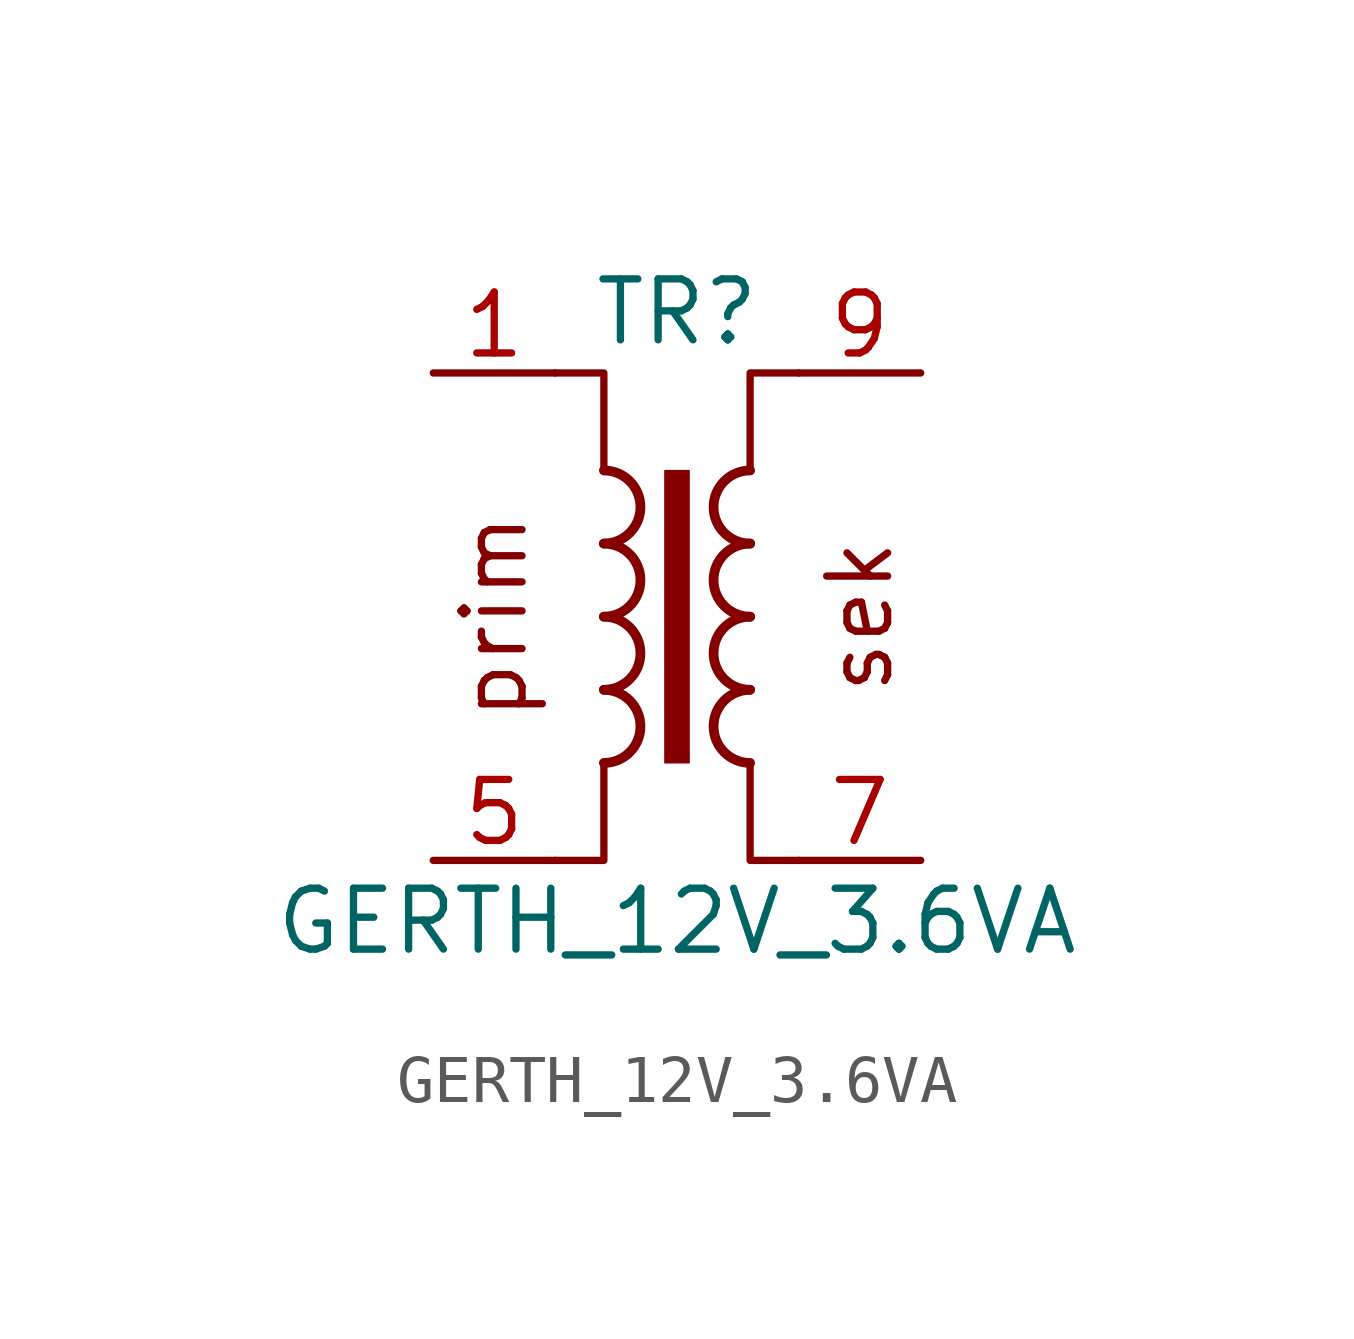
<source format=kicad_sym>
(kicad_symbol_lib
  (version 20211014)
  (generator kicad_symbol_editor)
  (symbol "GERTH_12V_3.6VA"
    (pin_names
      (offset 0) hide)
    (property "Reference" "TR"
      (at 0 6.35 0)
      (effects (font (size 1.27 1.27))))
    (property "Value" "GERTH_12V_3.6VA"
      (at 0 -6.35 0)
      (effects (font (size 1.27 1.27))))
    (symbol "GERTH_12V_3.6VA_0_0"
      (text "prim" (at -3.81 0 900) (effects (font (size 1.27 1.27))))
      (text "sek" (at 3.81 0 900) (effects (font (size 1.27 1.27)))))
    (symbol "GERTH_12V_3.6VA_0_1"
      (arc (start -1.524 -3.048) (mid -0.762 -2.286) (end -1.524 -1.524) (stroke (width 0.2032) (type default) (color 0 0 0 0)) (fill (type none)))
      (arc (start -1.524 -1.524) (mid -0.762 -0.762) (end -1.524 0) (stroke (width 0.2032) (type default) (color 0 0 0 0)) (fill (type none)))
      (arc (start -1.524 0) (mid -0.762 0.762) (end -1.524 1.524) (stroke (width 0.2032) (type default) (color 0 0 0 0)) (fill (type none)))
      (arc (start -1.524 1.524) (mid -0.762 2.286) (end -1.524 3.048) (stroke (width 0.2032) (type default) (color 0 0 0 0)) (fill (type none)))
      (rectangle (start -0.254 3.048) (end 0.254 -3.048) (stroke (width 0.025) (type default) (color 0 0 0 0)) (fill (type outline)))
      (polyline (pts (xy -2.54 5.08) (xy -1.524 5.08) (xy -1.524 3.048) (xy -1.524 3.048)) (stroke (width 0.152) (type default) (color 0 0 0 0)) (fill (type none)))
      (polyline (pts (xy -1.524 -3.048) (xy -1.524 -5.08) (xy -2.54 -5.08) (xy -2.54 -5.08)) (stroke (width 0.152) (type default) (color 0 0 0 0)) (fill (type none)))
      (polyline (pts (xy 1.524 3.048) (xy 1.524 5.08) (xy 2.54 5.08) (xy 2.54 5.08)) (stroke (width 0.152) (type default) (color 0 0 0 0)) (fill (type none)))
      (polyline (pts (xy 2.54 -5.08) (xy 1.524 -5.08) (xy 1.524 -3.048) (xy 1.524 -3.048)) (stroke (width 0.152) (type default) (color 0 0 0 0)) (fill (type none)))
      (arc (start 1.524 -1.524) (mid 0.762 -2.286) (end 1.524 -3.048) (stroke (width 0.2032) (type default) (color 0 0 0 0)) (fill (type none)))
      (arc (start 1.524 0) (mid 0.762 -0.762) (end 1.524 -1.524) (stroke (width 0.2032) (type default) (color 0 0 0 0)) (fill (type none)))
      (arc (start 1.524 1.524) (mid 0.762 0.762) (end 1.524 0) (stroke (width 0.2032) (type default) (color 0 0 0 0)) (fill (type none)))
      (arc (start 1.524 3.048) (mid 0.762 2.286) (end 1.524 1.524) (stroke (width 0.2032) (type default) (color 0 0 0 0)) (fill (type none))))
    (symbol "GERTH_12V_3.6VA_1_1"
      (pin passive line (at -5.08 5.08 0) (length 2.54) (name "~" (effects (font (size 1.27 1.27)))) (number "1" (effects (font (size 1.27 1.27)))))
      (pin passive line (at -5.08 -5.08 0) (length 2.54) (name "~" (effects (font (size 1.27 1.27)))) (number "5" (effects (font (size 1.27 1.27)))))
      (pin passive line (at 5.08 -5.08 180) (length 2.54) (name "~" (effects (font (size 1.27 1.27)))) (number "7" (effects (font (size 1.27 1.27)))))
      (pin passive line (at 5.08 5.08 180) (length 2.54) (name "~" (effects (font (size 1.27 1.27)))) (number "9" (effects (font (size 1.27 1.27))))))))
</source>
